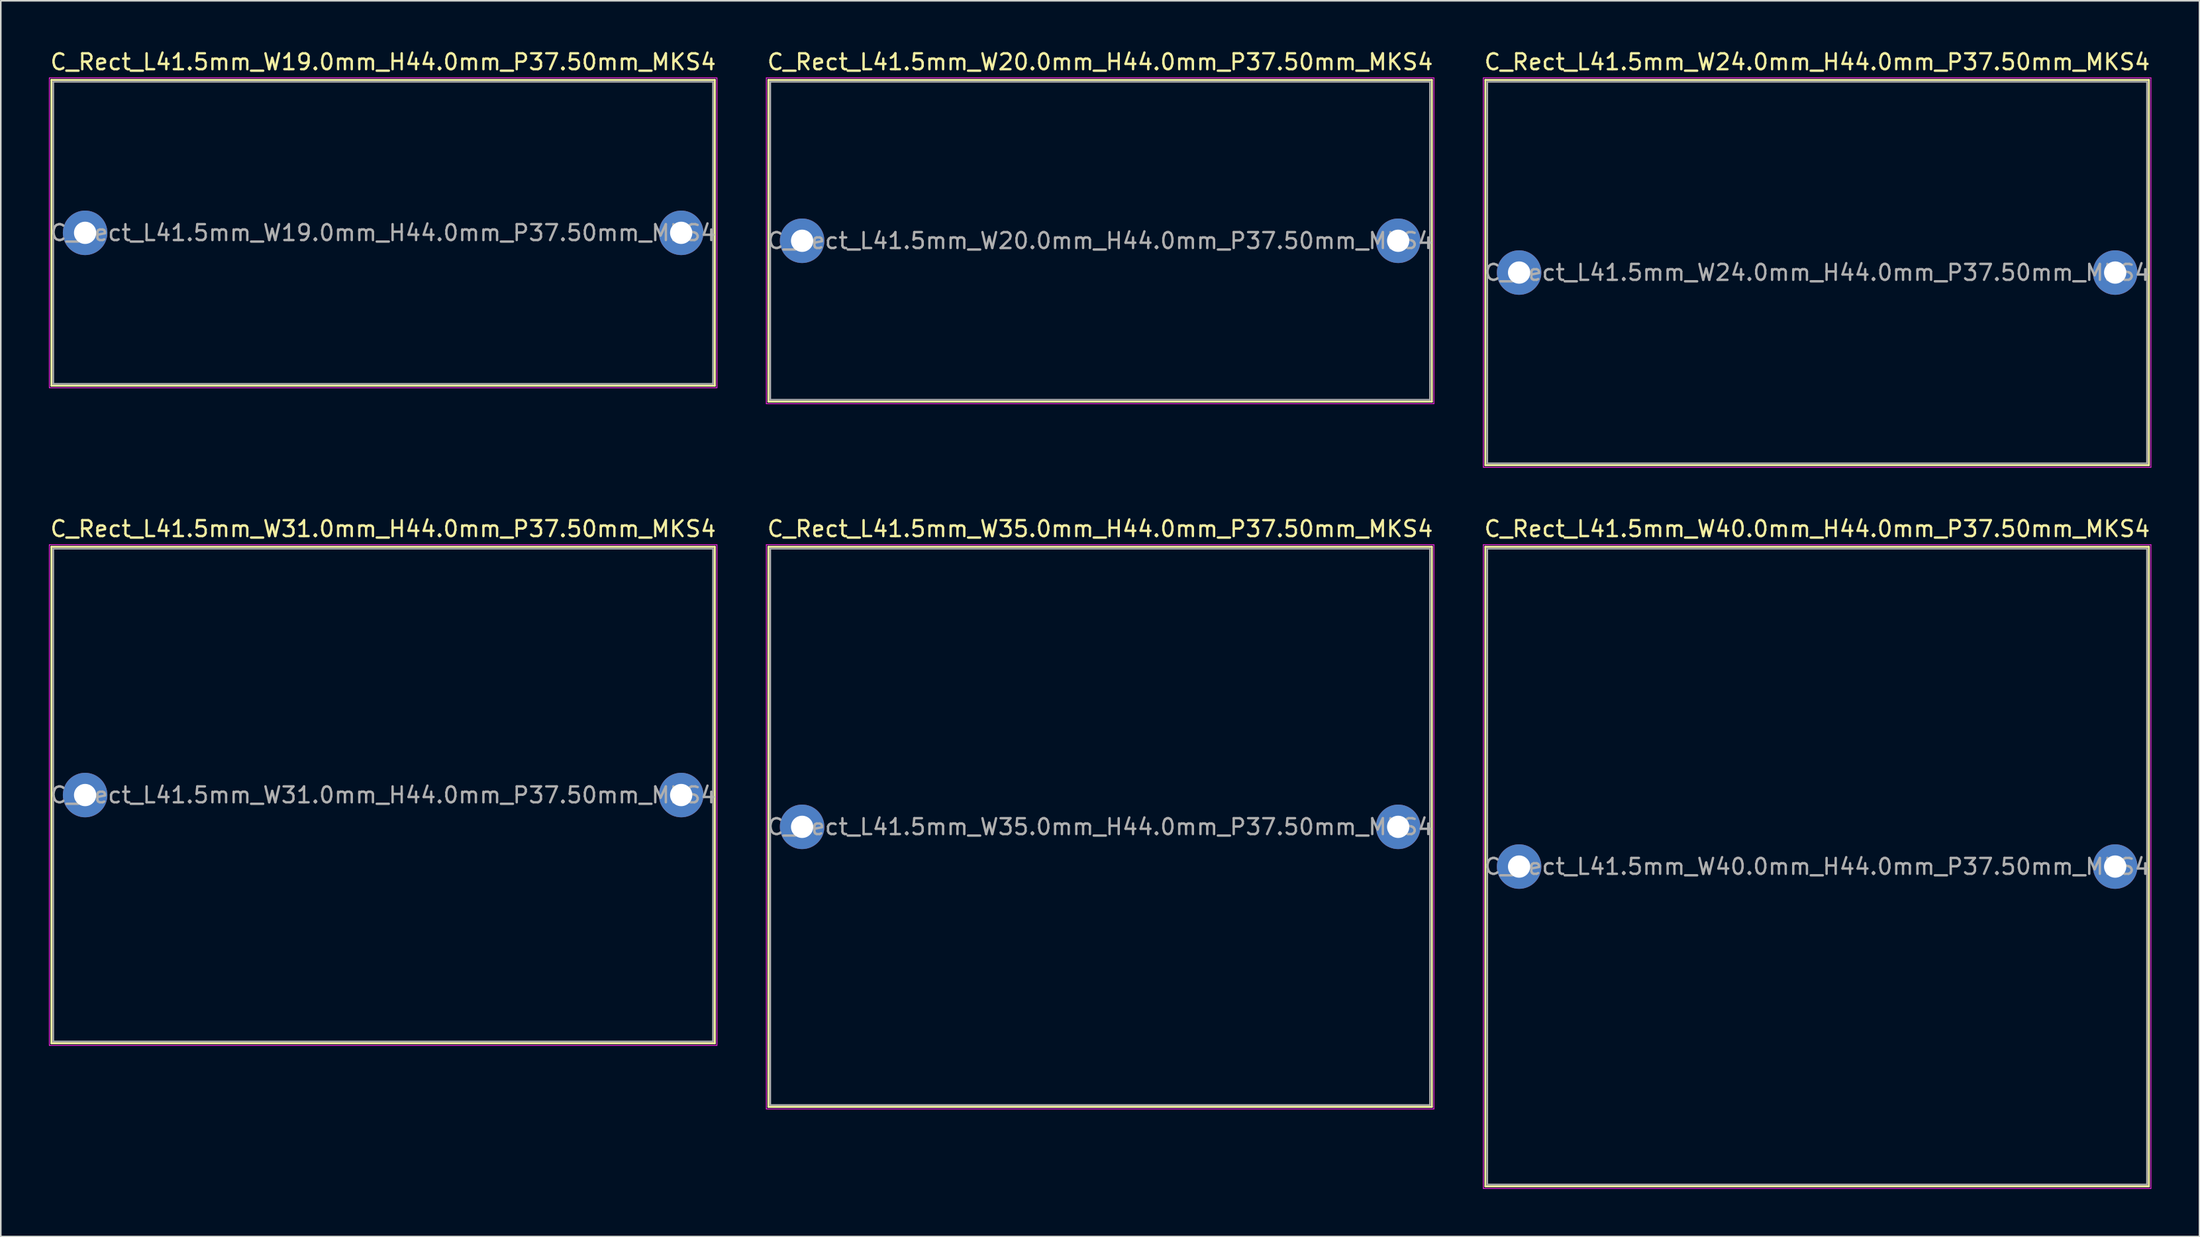
<source format=kicad_pcb>
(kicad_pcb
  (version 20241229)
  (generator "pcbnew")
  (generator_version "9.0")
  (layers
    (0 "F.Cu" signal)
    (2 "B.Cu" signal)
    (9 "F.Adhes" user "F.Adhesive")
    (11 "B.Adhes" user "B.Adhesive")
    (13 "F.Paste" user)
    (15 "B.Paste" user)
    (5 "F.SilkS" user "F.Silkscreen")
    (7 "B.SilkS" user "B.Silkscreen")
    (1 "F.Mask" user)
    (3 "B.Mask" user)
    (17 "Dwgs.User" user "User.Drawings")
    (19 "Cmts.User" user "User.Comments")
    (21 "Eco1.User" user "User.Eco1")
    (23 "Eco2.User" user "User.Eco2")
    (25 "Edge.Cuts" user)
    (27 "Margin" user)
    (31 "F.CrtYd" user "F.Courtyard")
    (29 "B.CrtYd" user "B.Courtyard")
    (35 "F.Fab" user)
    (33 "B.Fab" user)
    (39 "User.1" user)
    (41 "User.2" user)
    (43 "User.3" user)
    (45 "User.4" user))
  (footprint "C_Rect_L41.5mm_W35.0mm_H44.0mm_P37.50mm_MKS4"
    (layer "F.Cu")
    (at 47.411 48.971)
    (property "Reference" "C_Rect_L41.5mm_W35.0mm_H44.0mm_P37.50mm_MKS4" (at 18.75 -18.75 0) (layer "F.SilkS") (effects (font (size 1 1) (thickness 0.15))))
    (attr through_hole)
    (fp_line (start -2.12 -17.62) (end -2.12 17.62) (stroke (width 0.12) (type solid)) (layer "F.SilkS"))
    (fp_line (start -2.12 -17.62) (end 39.62 -17.62) (stroke (width 0.12) (type solid)) (layer "F.SilkS"))
    (fp_line (start -2.12 17.62) (end 39.62 17.62) (stroke (width 0.12) (type solid)) (layer "F.SilkS"))
    (fp_line (start 39.62 -17.62) (end 39.62 17.62) (stroke (width 0.12) (type solid)) (layer "F.SilkS"))
    (fp_line (start -2.25 -17.75) (end -2.25 17.75) (stroke (width 0.05) (type solid)) (layer "F.CrtYd"))
    (fp_line (start -2.25 17.75) (end 39.75 17.75) (stroke (width 0.05) (type solid)) (layer "F.CrtYd"))
    (fp_line (start 39.75 -17.75) (end -2.25 -17.75) (stroke (width 0.05) (type solid)) (layer "F.CrtYd"))
    (fp_line (start 39.75 17.75) (end 39.75 -17.75) (stroke (width 0.05) (type solid)) (layer "F.CrtYd"))
    (fp_line (start -2 -17.5) (end -2 17.5) (stroke (width 0.1) (type solid)) (layer "F.Fab"))
    (fp_line (start -2 17.5) (end 39.5 17.5) (stroke (width 0.1) (type solid)) (layer "F.Fab"))
    (fp_line (start 39.5 -17.5) (end -2 -17.5) (stroke (width 0.1) (type solid)) (layer "F.Fab"))
    (fp_line (start 39.5 17.5) (end 39.5 -17.5) (stroke (width 0.1) (type solid)) (layer "F.Fab"))
    (fp_text user "${REFERENCE}" (at 18.75 0 0) (layer "F.Fab") (effects (font (size 1 1) (thickness 0.15))))
    (pad "1" thru_hole circle (at 0 0) (size 2.8 2.8) (drill 1.4) (layers "*.Cu" "*.Mask"))
    (pad "2" thru_hole circle (at 37.5 0) (size 2.8 2.8) (drill 1.4) (layers "*.Cu" "*.Mask")))
  (footprint "C_Rect_L41.5mm_W20.0mm_H44.0mm_P37.50mm_MKS4"
    (layer "F.Cu")
    (at 47.411 12.098)
    (property "Reference" "C_Rect_L41.5mm_W20.0mm_H44.0mm_P37.50mm_MKS4" (at 18.75 -11.25 0) (layer "F.SilkS") (effects (font (size 1 1) (thickness 0.15))))
    (attr through_hole)
    (fp_line (start -2.12 -10.12) (end -2.12 10.12) (stroke (width 0.12) (type solid)) (layer "F.SilkS"))
    (fp_line (start -2.12 -10.12) (end 39.62 -10.12) (stroke (width 0.12) (type solid)) (layer "F.SilkS"))
    (fp_line (start -2.12 10.12) (end 39.62 10.12) (stroke (width 0.12) (type solid)) (layer "F.SilkS"))
    (fp_line (start 39.62 -10.12) (end 39.62 10.12) (stroke (width 0.12) (type solid)) (layer "F.SilkS"))
    (fp_line (start -2.25 -10.25) (end -2.25 10.25) (stroke (width 0.05) (type solid)) (layer "F.CrtYd"))
    (fp_line (start -2.25 10.25) (end 39.75 10.25) (stroke (width 0.05) (type solid)) (layer "F.CrtYd"))
    (fp_line (start 39.75 -10.25) (end -2.25 -10.25) (stroke (width 0.05) (type solid)) (layer "F.CrtYd"))
    (fp_line (start 39.75 10.25) (end 39.75 -10.25) (stroke (width 0.05) (type solid)) (layer "F.CrtYd"))
    (fp_line (start -2 -10) (end -2 10) (stroke (width 0.1) (type solid)) (layer "F.Fab"))
    (fp_line (start -2 10) (end 39.5 10) (stroke (width 0.1) (type solid)) (layer "F.Fab"))
    (fp_line (start 39.5 -10) (end -2 -10) (stroke (width 0.1) (type solid)) (layer "F.Fab"))
    (fp_line (start 39.5 10) (end 39.5 -10) (stroke (width 0.1) (type solid)) (layer "F.Fab"))
    (fp_text user "${REFERENCE}" (at 18.75 0 0) (layer "F.Fab") (effects (font (size 1 1) (thickness 0.15))))
    (pad "1" thru_hole circle (at 0 0) (size 2.8 2.8) (drill 1.4) (layers "*.Cu" "*.Mask"))
    (pad "2" thru_hole circle (at 37.5 0) (size 2.8 2.8) (drill 1.4) (layers "*.Cu" "*.Mask")))
  (footprint "C_Rect_L41.5mm_W40.0mm_H44.0mm_P37.50mm_MKS4"
    (layer "F.Cu")
    (at 92.518 51.471)
    (property "Reference" "C_Rect_L41.5mm_W40.0mm_H44.0mm_P37.50mm_MKS4" (at 18.75 -21.25 0) (layer "F.SilkS") (effects (font (size 1 1) (thickness 0.15))))
    (attr through_hole)
    (fp_line (start -2.12 -20.12) (end -2.12 20.12) (stroke (width 0.12) (type solid)) (layer "F.SilkS"))
    (fp_line (start -2.12 -20.12) (end 39.62 -20.12) (stroke (width 0.12) (type solid)) (layer "F.SilkS"))
    (fp_line (start -2.12 20.12) (end 39.62 20.12) (stroke (width 0.12) (type solid)) (layer "F.SilkS"))
    (fp_line (start 39.62 -20.12) (end 39.62 20.12) (stroke (width 0.12) (type solid)) (layer "F.SilkS"))
    (fp_line (start -2.25 -20.25) (end -2.25 20.25) (stroke (width 0.05) (type solid)) (layer "F.CrtYd"))
    (fp_line (start -2.25 20.25) (end 39.75 20.25) (stroke (width 0.05) (type solid)) (layer "F.CrtYd"))
    (fp_line (start 39.75 -20.25) (end -2.25 -20.25) (stroke (width 0.05) (type solid)) (layer "F.CrtYd"))
    (fp_line (start 39.75 20.25) (end 39.75 -20.25) (stroke (width 0.05) (type solid)) (layer "F.CrtYd"))
    (fp_line (start -2 -20) (end -2 20) (stroke (width 0.1) (type solid)) (layer "F.Fab"))
    (fp_line (start -2 20) (end 39.5 20) (stroke (width 0.1) (type solid)) (layer "F.Fab"))
    (fp_line (start 39.5 -20) (end -2 -20) (stroke (width 0.1) (type solid)) (layer "F.Fab"))
    (fp_line (start 39.5 20) (end 39.5 -20) (stroke (width 0.1) (type solid)) (layer "F.Fab"))
    (fp_text user "${REFERENCE}" (at 18.75 0 0) (layer "F.Fab") (effects (font (size 1 1) (thickness 0.15))))
    (pad "1" thru_hole circle (at 0 0) (size 2.8 2.8) (drill 1.4) (layers "*.Cu" "*.Mask"))
    (pad "2" thru_hole circle (at 37.5 0) (size 2.8 2.8) (drill 1.4) (layers "*.Cu" "*.Mask")))
  (footprint "C_Rect_L41.5mm_W19.0mm_H44.0mm_P37.50mm_MKS4"
    (layer "F.Cu")
    (at 2.304 11.598)
    (property "Reference" "C_Rect_L41.5mm_W19.0mm_H44.0mm_P37.50mm_MKS4" (at 18.75 -10.75 0) (layer "F.SilkS") (effects (font (size 1 1) (thickness 0.15))))
    (attr through_hole)
    (fp_line (start -2.12 -9.62) (end -2.12 9.62) (stroke (width 0.12) (type solid)) (layer "F.SilkS"))
    (fp_line (start -2.12 -9.62) (end 39.62 -9.62) (stroke (width 0.12) (type solid)) (layer "F.SilkS"))
    (fp_line (start -2.12 9.62) (end 39.62 9.62) (stroke (width 0.12) (type solid)) (layer "F.SilkS"))
    (fp_line (start 39.62 -9.62) (end 39.62 9.62) (stroke (width 0.12) (type solid)) (layer "F.SilkS"))
    (fp_line (start -2.25 -9.75) (end -2.25 9.75) (stroke (width 0.05) (type solid)) (layer "F.CrtYd"))
    (fp_line (start -2.25 9.75) (end 39.75 9.75) (stroke (width 0.05) (type solid)) (layer "F.CrtYd"))
    (fp_line (start 39.75 -9.75) (end -2.25 -9.75) (stroke (width 0.05) (type solid)) (layer "F.CrtYd"))
    (fp_line (start 39.75 9.75) (end 39.75 -9.75) (stroke (width 0.05) (type solid)) (layer "F.CrtYd"))
    (fp_line (start -2 -9.5) (end -2 9.5) (stroke (width 0.1) (type solid)) (layer "F.Fab"))
    (fp_line (start -2 9.5) (end 39.5 9.5) (stroke (width 0.1) (type solid)) (layer "F.Fab"))
    (fp_line (start 39.5 -9.5) (end -2 -9.5) (stroke (width 0.1) (type solid)) (layer "F.Fab"))
    (fp_line (start 39.5 9.5) (end 39.5 -9.5) (stroke (width 0.1) (type solid)) (layer "F.Fab"))
    (fp_text user "${REFERENCE}" (at 18.75 0 0) (layer "F.Fab") (effects (font (size 1 1) (thickness 0.15))))
    (pad "1" thru_hole circle (at 0 0) (size 2.8 2.8) (drill 1.4) (layers "*.Cu" "*.Mask"))
    (pad "2" thru_hole circle (at 37.5 0) (size 2.8 2.8) (drill 1.4) (layers "*.Cu" "*.Mask")))
  (footprint "C_Rect_L41.5mm_W31.0mm_H44.0mm_P37.50mm_MKS4"
    (layer "F.Cu")
    (at 2.304 46.971)
    (property "Reference" "C_Rect_L41.5mm_W31.0mm_H44.0mm_P37.50mm_MKS4" (at 18.75 -16.75 0) (layer "F.SilkS") (effects (font (size 1 1) (thickness 0.15))))
    (attr through_hole)
    (fp_line (start -2.12 -15.62) (end -2.12 15.62) (stroke (width 0.12) (type solid)) (layer "F.SilkS"))
    (fp_line (start -2.12 -15.62) (end 39.62 -15.62) (stroke (width 0.12) (type solid)) (layer "F.SilkS"))
    (fp_line (start -2.12 15.62) (end 39.62 15.62) (stroke (width 0.12) (type solid)) (layer "F.SilkS"))
    (fp_line (start 39.62 -15.62) (end 39.62 15.62) (stroke (width 0.12) (type solid)) (layer "F.SilkS"))
    (fp_line (start -2.25 -15.75) (end -2.25 15.75) (stroke (width 0.05) (type solid)) (layer "F.CrtYd"))
    (fp_line (start -2.25 15.75) (end 39.75 15.75) (stroke (width 0.05) (type solid)) (layer "F.CrtYd"))
    (fp_line (start 39.75 -15.75) (end -2.25 -15.75) (stroke (width 0.05) (type solid)) (layer "F.CrtYd"))
    (fp_line (start 39.75 15.75) (end 39.75 -15.75) (stroke (width 0.05) (type solid)) (layer "F.CrtYd"))
    (fp_line (start -2 -15.5) (end -2 15.5) (stroke (width 0.1) (type solid)) (layer "F.Fab"))
    (fp_line (start -2 15.5) (end 39.5 15.5) (stroke (width 0.1) (type solid)) (layer "F.Fab"))
    (fp_line (start 39.5 -15.5) (end -2 -15.5) (stroke (width 0.1) (type solid)) (layer "F.Fab"))
    (fp_line (start 39.5 15.5) (end 39.5 -15.5) (stroke (width 0.1) (type solid)) (layer "F.Fab"))
    (fp_text user "${REFERENCE}" (at 18.75 0 0) (layer "F.Fab") (effects (font (size 1 1) (thickness 0.15))))
    (pad "1" thru_hole circle (at 0 0) (size 2.8 2.8) (drill 1.4) (layers "*.Cu" "*.Mask"))
    (pad "2" thru_hole circle (at 37.5 0) (size 2.8 2.8) (drill 1.4) (layers "*.Cu" "*.Mask")))
  (footprint "C_Rect_L41.5mm_W24.0mm_H44.0mm_P37.50mm_MKS4"
    (layer "F.Cu")
    (at 92.518 14.098)
    (property "Reference" "C_Rect_L41.5mm_W24.0mm_H44.0mm_P37.50mm_MKS4" (at 18.75 -13.25 0) (layer "F.SilkS") (effects (font (size 1 1) (thickness 0.15))))
    (attr through_hole)
    (fp_line (start -2.12 -12.12) (end -2.12 12.12) (stroke (width 0.12) (type solid)) (layer "F.SilkS"))
    (fp_line (start -2.12 -12.12) (end 39.62 -12.12) (stroke (width 0.12) (type solid)) (layer "F.SilkS"))
    (fp_line (start -2.12 12.12) (end 39.62 12.12) (stroke (width 0.12) (type solid)) (layer "F.SilkS"))
    (fp_line (start 39.62 -12.12) (end 39.62 12.12) (stroke (width 0.12) (type solid)) (layer "F.SilkS"))
    (fp_line (start -2.25 -12.25) (end -2.25 12.25) (stroke (width 0.05) (type solid)) (layer "F.CrtYd"))
    (fp_line (start -2.25 12.25) (end 39.75 12.25) (stroke (width 0.05) (type solid)) (layer "F.CrtYd"))
    (fp_line (start 39.75 -12.25) (end -2.25 -12.25) (stroke (width 0.05) (type solid)) (layer "F.CrtYd"))
    (fp_line (start 39.75 12.25) (end 39.75 -12.25) (stroke (width 0.05) (type solid)) (layer "F.CrtYd"))
    (fp_line (start -2 -12) (end -2 12) (stroke (width 0.1) (type solid)) (layer "F.Fab"))
    (fp_line (start -2 12) (end 39.5 12) (stroke (width 0.1) (type solid)) (layer "F.Fab"))
    (fp_line (start 39.5 -12) (end -2 -12) (stroke (width 0.1) (type solid)) (layer "F.Fab"))
    (fp_line (start 39.5 12) (end 39.5 -12) (stroke (width 0.1) (type solid)) (layer "F.Fab"))
    (fp_text user "${REFERENCE}" (at 18.75 0 0) (layer "F.Fab") (effects (font (size 1 1) (thickness 0.15))))
    (pad "1" thru_hole circle (at 0 0) (size 2.8 2.8) (drill 1.4) (layers "*.Cu" "*.Mask"))
    (pad "2" thru_hole circle (at 37.5 0) (size 2.8 2.8) (drill 1.4) (layers "*.Cu" "*.Mask")))
  (gr_rect
    (start -3 -3)
    (end 135.321 74.746)
    (stroke (width 0.1) (type default))
    (fill no)
    (layer "Edge.Cuts")))
</source>
